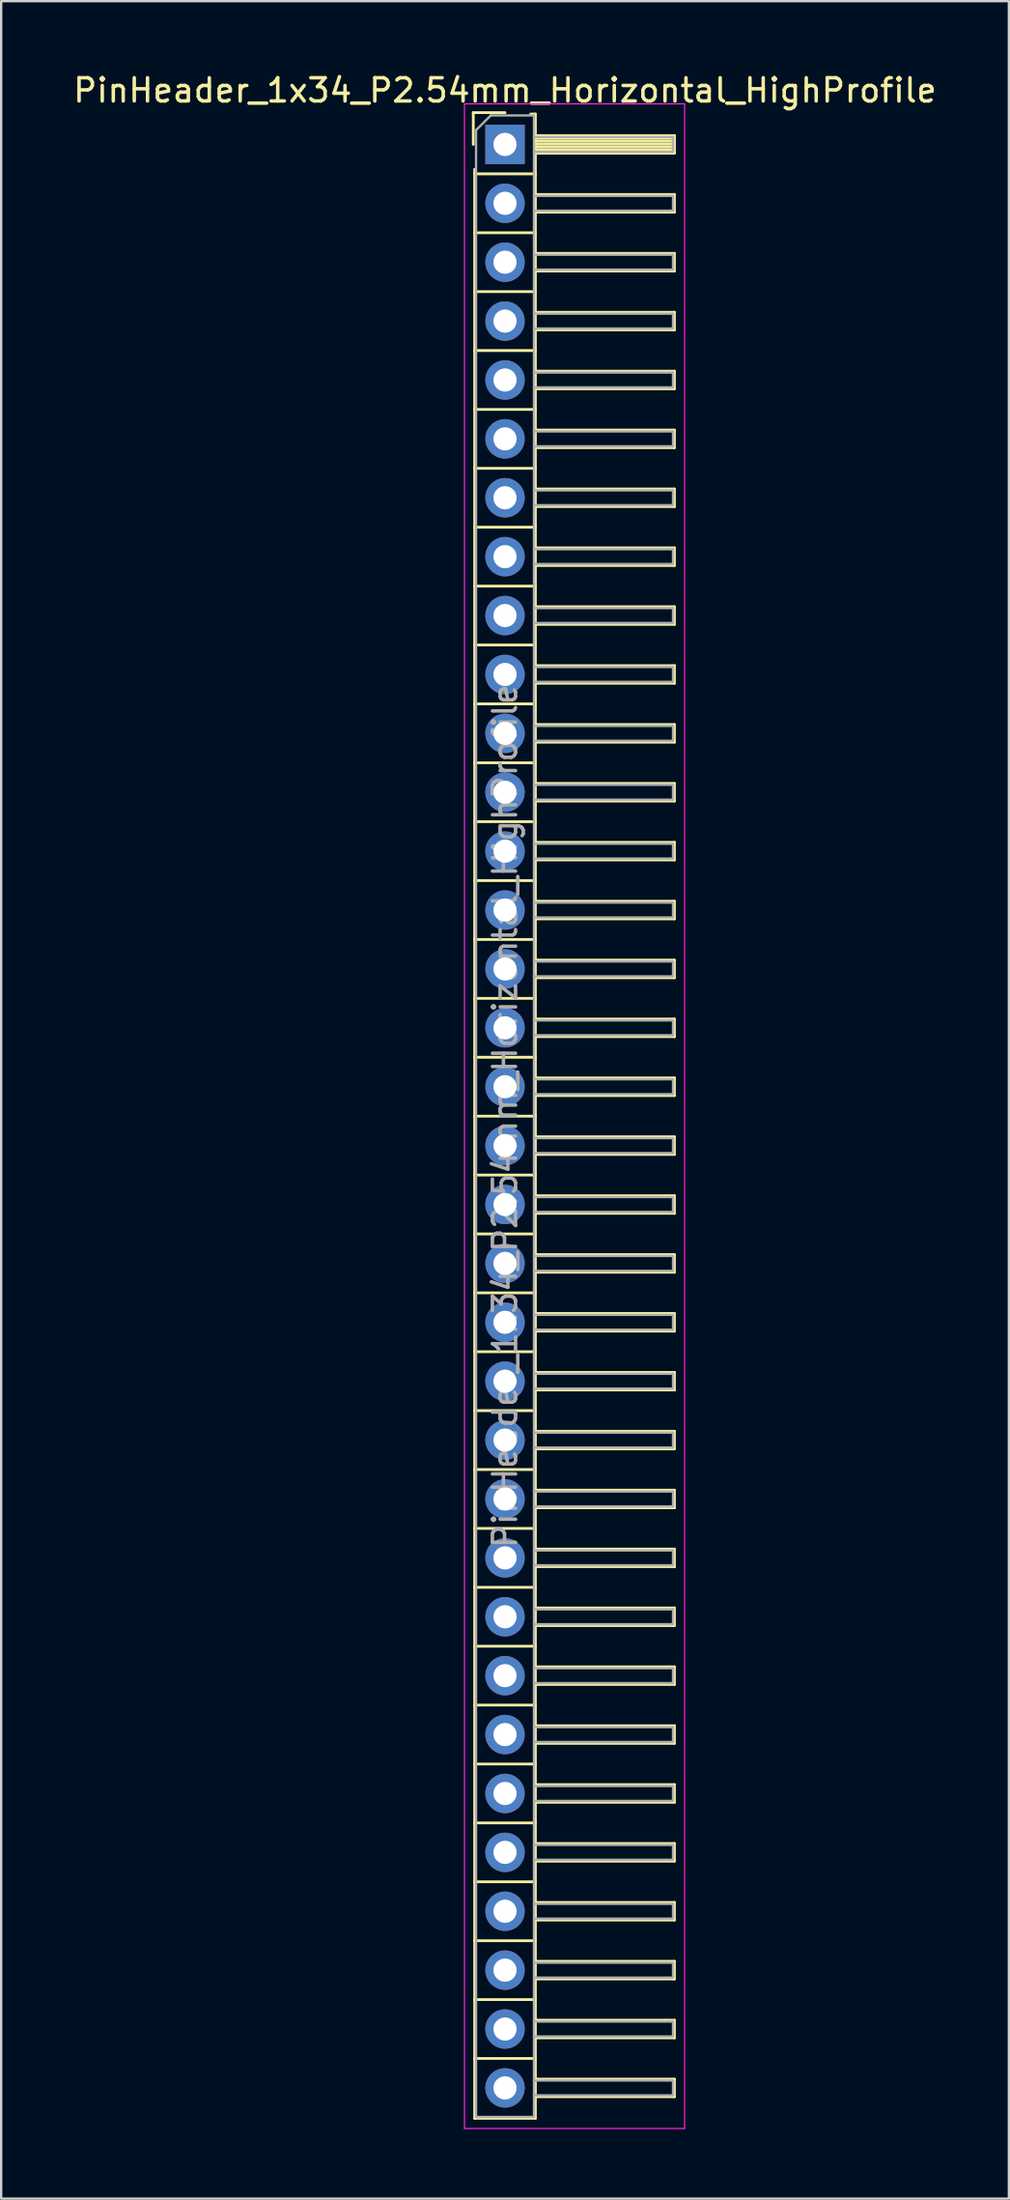
<source format=kicad_pcb>
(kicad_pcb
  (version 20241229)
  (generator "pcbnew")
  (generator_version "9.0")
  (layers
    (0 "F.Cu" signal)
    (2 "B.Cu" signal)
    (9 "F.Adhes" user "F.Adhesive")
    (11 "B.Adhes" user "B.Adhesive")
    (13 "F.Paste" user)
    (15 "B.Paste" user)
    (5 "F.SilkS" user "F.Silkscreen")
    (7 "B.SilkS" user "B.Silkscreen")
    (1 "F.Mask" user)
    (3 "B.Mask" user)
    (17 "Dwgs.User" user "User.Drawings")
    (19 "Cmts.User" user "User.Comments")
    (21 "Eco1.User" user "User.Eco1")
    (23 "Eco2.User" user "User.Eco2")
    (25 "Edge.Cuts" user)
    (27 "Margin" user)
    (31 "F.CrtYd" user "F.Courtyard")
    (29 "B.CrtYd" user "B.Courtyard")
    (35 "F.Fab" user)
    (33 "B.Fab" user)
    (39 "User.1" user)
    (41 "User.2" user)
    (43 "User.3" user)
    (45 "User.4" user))
  (footprint "PinHeader_1x34_P2.54mm_Horizontal_HighProfile"
    (layer "F.Cu")
    (at 18.744 3.178)
    (property "Reference" "PinHeader_1x34_P2.54mm_Horizontal_HighProfile" (at 0 -2.33 0) (layer "F.SilkS") (effects (font (size 1 1) (thickness 0.15))))
    (attr through_hole)
    (fp_line (start -1.37 -1.37) (end -1.37 0) (stroke (width 0.12) (type solid)) (layer "F.SilkS"))
    (fp_line (start -1.37 -1.37) (end 0 -1.37) (stroke (width 0.12) (type solid)) (layer "F.SilkS"))
    (fp_line (start -1.31 1.27) (end -1.31 1.07) (stroke (width 0.12) (type solid)) (layer "F.SilkS"))
    (fp_line (start -1.31 1.27) (end -1.31 3.81) (stroke (width 0.12) (type solid)) (layer "F.SilkS"))
    (fp_line (start -1.31 1.27) (end 1.31 1.27) (stroke (width 0.12) (type solid)) (layer "F.SilkS"))
    (fp_line (start -1.31 3.81) (end -1.31 6.35) (stroke (width 0.12) (type solid)) (layer "F.SilkS"))
    (fp_line (start -1.31 3.81) (end 1.31 3.81) (stroke (width 0.12) (type solid)) (layer "F.SilkS"))
    (fp_line (start -1.31 6.35) (end -1.31 8.89) (stroke (width 0.12) (type solid)) (layer "F.SilkS"))
    (fp_line (start -1.31 6.35) (end 1.31 6.35) (stroke (width 0.12) (type solid)) (layer "F.SilkS"))
    (fp_line (start -1.31 8.89) (end -1.31 11.43) (stroke (width 0.12) (type solid)) (layer "F.SilkS"))
    (fp_line (start -1.31 8.89) (end 1.31 8.89) (stroke (width 0.12) (type solid)) (layer "F.SilkS"))
    (fp_line (start -1.31 11.43) (end -1.31 13.97) (stroke (width 0.12) (type solid)) (layer "F.SilkS"))
    (fp_line (start -1.31 11.43) (end 1.31 11.43) (stroke (width 0.12) (type solid)) (layer "F.SilkS"))
    (fp_line (start -1.31 13.97) (end -1.31 16.51) (stroke (width 0.12) (type solid)) (layer "F.SilkS"))
    (fp_line (start -1.31 13.97) (end 1.31 13.97) (stroke (width 0.12) (type solid)) (layer "F.SilkS"))
    (fp_line (start -1.31 16.51) (end -1.31 19.05) (stroke (width 0.12) (type solid)) (layer "F.SilkS"))
    (fp_line (start -1.31 16.51) (end 1.31 16.51) (stroke (width 0.12) (type solid)) (layer "F.SilkS"))
    (fp_line (start -1.31 19.05) (end -1.31 21.59) (stroke (width 0.12) (type solid)) (layer "F.SilkS"))
    (fp_line (start -1.31 19.05) (end 1.31 19.05) (stroke (width 0.12) (type solid)) (layer "F.SilkS"))
    (fp_line (start -1.31 21.59) (end -1.31 24.13) (stroke (width 0.12) (type solid)) (layer "F.SilkS"))
    (fp_line (start -1.31 21.59) (end 1.31 21.59) (stroke (width 0.12) (type solid)) (layer "F.SilkS"))
    (fp_line (start -1.31 24.13) (end -1.31 26.67) (stroke (width 0.12) (type solid)) (layer "F.SilkS"))
    (fp_line (start -1.31 24.13) (end 1.31 24.13) (stroke (width 0.12) (type solid)) (layer "F.SilkS"))
    (fp_line (start -1.31 26.67) (end -1.31 29.21) (stroke (width 0.12) (type solid)) (layer "F.SilkS"))
    (fp_line (start -1.31 26.67) (end 1.31 26.67) (stroke (width 0.12) (type solid)) (layer "F.SilkS"))
    (fp_line (start -1.31 29.21) (end -1.31 31.75) (stroke (width 0.12) (type solid)) (layer "F.SilkS"))
    (fp_line (start -1.31 29.21) (end 1.31 29.21) (stroke (width 0.12) (type solid)) (layer "F.SilkS"))
    (fp_line (start -1.31 31.75) (end -1.31 34.29) (stroke (width 0.12) (type solid)) (layer "F.SilkS"))
    (fp_line (start -1.31 31.75) (end 1.31 31.75) (stroke (width 0.12) (type solid)) (layer "F.SilkS"))
    (fp_line (start -1.31 34.29) (end -1.31 36.83) (stroke (width 0.12) (type solid)) (layer "F.SilkS"))
    (fp_line (start -1.31 34.29) (end 1.31 34.29) (stroke (width 0.12) (type solid)) (layer "F.SilkS"))
    (fp_line (start -1.31 36.83) (end -1.31 39.37) (stroke (width 0.12) (type solid)) (layer "F.SilkS"))
    (fp_line (start -1.31 36.83) (end 1.31 36.83) (stroke (width 0.12) (type solid)) (layer "F.SilkS"))
    (fp_line (start -1.31 39.37) (end -1.31 41.91) (stroke (width 0.12) (type solid)) (layer "F.SilkS"))
    (fp_line (start -1.31 39.37) (end 1.31 39.37) (stroke (width 0.12) (type solid)) (layer "F.SilkS"))
    (fp_line (start -1.31 41.91) (end -1.31 44.45) (stroke (width 0.12) (type solid)) (layer "F.SilkS"))
    (fp_line (start -1.31 41.91) (end 1.31 41.91) (stroke (width 0.12) (type solid)) (layer "F.SilkS"))
    (fp_line (start -1.31 44.45) (end -1.31 46.99) (stroke (width 0.12) (type solid)) (layer "F.SilkS"))
    (fp_line (start -1.31 44.45) (end 1.31 44.45) (stroke (width 0.12) (type solid)) (layer "F.SilkS"))
    (fp_line (start -1.31 46.99) (end -1.31 49.53) (stroke (width 0.12) (type solid)) (layer "F.SilkS"))
    (fp_line (start -1.31 46.99) (end 1.31 46.99) (stroke (width 0.12) (type solid)) (layer "F.SilkS"))
    (fp_line (start -1.31 49.53) (end -1.31 52.07) (stroke (width 0.12) (type solid)) (layer "F.SilkS"))
    (fp_line (start -1.31 49.53) (end 1.31 49.53) (stroke (width 0.12) (type solid)) (layer "F.SilkS"))
    (fp_line (start -1.31 52.07) (end -1.31 54.61) (stroke (width 0.12) (type solid)) (layer "F.SilkS"))
    (fp_line (start -1.31 52.07) (end 1.31 52.07) (stroke (width 0.12) (type solid)) (layer "F.SilkS"))
    (fp_line (start -1.31 54.61) (end -1.31 57.15) (stroke (width 0.12) (type solid)) (layer "F.SilkS"))
    (fp_line (start -1.31 54.61) (end 1.31 54.61) (stroke (width 0.12) (type solid)) (layer "F.SilkS"))
    (fp_line (start -1.31 57.15) (end -1.31 59.69) (stroke (width 0.12) (type solid)) (layer "F.SilkS"))
    (fp_line (start -1.31 57.15) (end 1.31 57.15) (stroke (width 0.12) (type solid)) (layer "F.SilkS"))
    (fp_line (start -1.31 59.69) (end -1.31 62.23) (stroke (width 0.12) (type solid)) (layer "F.SilkS"))
    (fp_line (start -1.31 59.69) (end 1.31 59.69) (stroke (width 0.12) (type solid)) (layer "F.SilkS"))
    (fp_line (start -1.31 62.23) (end -1.31 64.77) (stroke (width 0.12) (type solid)) (layer "F.SilkS"))
    (fp_line (start -1.31 62.23) (end 1.31 62.23) (stroke (width 0.12) (type solid)) (layer "F.SilkS"))
    (fp_line (start -1.31 64.77) (end -1.31 67.31) (stroke (width 0.12) (type solid)) (layer "F.SilkS"))
    (fp_line (start -1.31 64.77) (end 1.31 64.77) (stroke (width 0.12) (type solid)) (layer "F.SilkS"))
    (fp_line (start -1.31 67.31) (end -1.31 69.85) (stroke (width 0.12) (type solid)) (layer "F.SilkS"))
    (fp_line (start -1.31 67.31) (end 1.31 67.31) (stroke (width 0.12) (type solid)) (layer "F.SilkS"))
    (fp_line (start -1.31 69.85) (end -1.31 72.39) (stroke (width 0.12) (type solid)) (layer "F.SilkS"))
    (fp_line (start -1.31 69.85) (end 1.31 69.85) (stroke (width 0.12) (type solid)) (layer "F.SilkS"))
    (fp_line (start -1.31 72.39) (end -1.31 74.93) (stroke (width 0.12) (type solid)) (layer "F.SilkS"))
    (fp_line (start -1.31 72.39) (end 1.31 72.39) (stroke (width 0.12) (type solid)) (layer "F.SilkS"))
    (fp_line (start -1.31 74.93) (end -1.31 77.47) (stroke (width 0.12) (type solid)) (layer "F.SilkS"))
    (fp_line (start -1.31 74.93) (end 1.31 74.93) (stroke (width 0.12) (type solid)) (layer "F.SilkS"))
    (fp_line (start -1.31 77.47) (end -1.31 80.01) (stroke (width 0.12) (type solid)) (layer "F.SilkS"))
    (fp_line (start -1.31 77.47) (end 1.31 77.47) (stroke (width 0.12) (type solid)) (layer "F.SilkS"))
    (fp_line (start -1.31 80.01) (end -1.31 82.55) (stroke (width 0.12) (type solid)) (layer "F.SilkS"))
    (fp_line (start -1.31 80.01) (end 1.31 80.01) (stroke (width 0.12) (type solid)) (layer "F.SilkS"))
    (fp_line (start -1.31 82.55) (end -1.31 85.13) (stroke (width 0.12) (type solid)) (layer "F.SilkS"))
    (fp_line (start -1.31 82.55) (end 1.31 82.55) (stroke (width 0.12) (type solid)) (layer "F.SilkS"))
    (fp_line (start -1.31 85.13) (end 1.31 85.13) (stroke (width 0.12) (type solid)) (layer "F.SilkS"))
    (fp_line (start 1.11 -1.31) (end 1.31 -1.31) (stroke (width 0.12) (type solid)) (layer "F.SilkS"))
    (fp_line (start 1.31 -1.31) (end 1.31 1.31) (stroke (width 0.12) (type solid)) (layer "F.SilkS"))
    (fp_line (start 1.31 -0.38) (end 7.31 -0.38) (stroke (width 0.12) (type solid)) (layer "F.SilkS"))
    (fp_line (start 1.31 -0.26) (end 7.31 -0.26) (stroke (width 0.12) (type solid)) (layer "F.SilkS"))
    (fp_line (start 1.31 -0.14) (end 7.31 -0.14) (stroke (width 0.12) (type solid)) (layer "F.SilkS"))
    (fp_line (start 1.31 -0.02) (end 7.31 -0.02) (stroke (width 0.12) (type solid)) (layer "F.SilkS"))
    (fp_line (start 1.31 0.1) (end 7.31 0.1) (stroke (width 0.12) (type solid)) (layer "F.SilkS"))
    (fp_line (start 1.31 0.22) (end 7.31 0.22) (stroke (width 0.12) (type solid)) (layer "F.SilkS"))
    (fp_line (start 1.31 0.34) (end 7.31 0.34) (stroke (width 0.12) (type solid)) (layer "F.SilkS"))
    (fp_line (start 1.31 0.38) (end 7.31 0.38) (stroke (width 0.12) (type solid)) (layer "F.SilkS"))
    (fp_line (start 1.31 1.27) (end 1.31 3.81) (stroke (width 0.12) (type solid)) (layer "F.SilkS"))
    (fp_line (start 1.31 2.16) (end 7.31 2.16) (stroke (width 0.12) (type solid)) (layer "F.SilkS"))
    (fp_line (start 1.31 2.92) (end 7.31 2.92) (stroke (width 0.12) (type solid)) (layer "F.SilkS"))
    (fp_line (start 1.31 3.81) (end 1.31 6.35) (stroke (width 0.12) (type solid)) (layer "F.SilkS"))
    (fp_line (start 1.31 4.7) (end 7.31 4.7) (stroke (width 0.12) (type solid)) (layer "F.SilkS"))
    (fp_line (start 1.31 5.46) (end 7.31 5.46) (stroke (width 0.12) (type solid)) (layer "F.SilkS"))
    (fp_line (start 1.31 6.35) (end 1.31 8.89) (stroke (width 0.12) (type solid)) (layer "F.SilkS"))
    (fp_line (start 1.31 7.24) (end 7.31 7.24) (stroke (width 0.12) (type solid)) (layer "F.SilkS"))
    (fp_line (start 1.31 8) (end 7.31 8) (stroke (width 0.12) (type solid)) (layer "F.SilkS"))
    (fp_line (start 1.31 8.89) (end 1.31 11.43) (stroke (width 0.12) (type solid)) (layer "F.SilkS"))
    (fp_line (start 1.31 9.78) (end 7.31 9.78) (stroke (width 0.12) (type solid)) (layer "F.SilkS"))
    (fp_line (start 1.31 10.54) (end 7.31 10.54) (stroke (width 0.12) (type solid)) (layer "F.SilkS"))
    (fp_line (start 1.31 11.43) (end 1.31 13.97) (stroke (width 0.12) (type solid)) (layer "F.SilkS"))
    (fp_line (start 1.31 12.32) (end 7.31 12.32) (stroke (width 0.12) (type solid)) (layer "F.SilkS"))
    (fp_line (start 1.31 13.08) (end 7.31 13.08) (stroke (width 0.12) (type solid)) (layer "F.SilkS"))
    (fp_line (start 1.31 13.97) (end 1.31 16.51) (stroke (width 0.12) (type solid)) (layer "F.SilkS"))
    (fp_line (start 1.31 14.86) (end 7.31 14.86) (stroke (width 0.12) (type solid)) (layer "F.SilkS"))
    (fp_line (start 1.31 15.62) (end 7.31 15.62) (stroke (width 0.12) (type solid)) (layer "F.SilkS"))
    (fp_line (start 1.31 16.51) (end 1.31 19.05) (stroke (width 0.12) (type solid)) (layer "F.SilkS"))
    (fp_line (start 1.31 17.4) (end 7.31 17.4) (stroke (width 0.12) (type solid)) (layer "F.SilkS"))
    (fp_line (start 1.31 18.16) (end 7.31 18.16) (stroke (width 0.12) (type solid)) (layer "F.SilkS"))
    (fp_line (start 1.31 19.05) (end 1.31 21.59) (stroke (width 0.12) (type solid)) (layer "F.SilkS"))
    (fp_line (start 1.31 19.94) (end 7.31 19.94) (stroke (width 0.12) (type solid)) (layer "F.SilkS"))
    (fp_line (start 1.31 20.7) (end 7.31 20.7) (stroke (width 0.12) (type solid)) (layer "F.SilkS"))
    (fp_line (start 1.31 21.59) (end 1.31 24.13) (stroke (width 0.12) (type solid)) (layer "F.SilkS"))
    (fp_line (start 1.31 22.48) (end 7.31 22.48) (stroke (width 0.12) (type solid)) (layer "F.SilkS"))
    (fp_line (start 1.31 23.24) (end 7.31 23.24) (stroke (width 0.12) (type solid)) (layer "F.SilkS"))
    (fp_line (start 1.31 24.13) (end 1.31 26.67) (stroke (width 0.12) (type solid)) (layer "F.SilkS"))
    (fp_line (start 1.31 25.02) (end 7.31 25.02) (stroke (width 0.12) (type solid)) (layer "F.SilkS"))
    (fp_line (start 1.31 25.78) (end 7.31 25.78) (stroke (width 0.12) (type solid)) (layer "F.SilkS"))
    (fp_line (start 1.31 26.67) (end 1.31 29.21) (stroke (width 0.12) (type solid)) (layer "F.SilkS"))
    (fp_line (start 1.31 27.56) (end 7.31 27.56) (stroke (width 0.12) (type solid)) (layer "F.SilkS"))
    (fp_line (start 1.31 28.32) (end 7.31 28.32) (stroke (width 0.12) (type solid)) (layer "F.SilkS"))
    (fp_line (start 1.31 29.21) (end 1.31 31.75) (stroke (width 0.12) (type solid)) (layer "F.SilkS"))
    (fp_line (start 1.31 30.1) (end 7.31 30.1) (stroke (width 0.12) (type solid)) (layer "F.SilkS"))
    (fp_line (start 1.31 30.86) (end 7.31 30.86) (stroke (width 0.12) (type solid)) (layer "F.SilkS"))
    (fp_line (start 1.31 31.75) (end 1.31 34.29) (stroke (width 0.12) (type solid)) (layer "F.SilkS"))
    (fp_line (start 1.31 32.64) (end 7.31 32.64) (stroke (width 0.12) (type solid)) (layer "F.SilkS"))
    (fp_line (start 1.31 33.4) (end 7.31 33.4) (stroke (width 0.12) (type solid)) (layer "F.SilkS"))
    (fp_line (start 1.31 34.29) (end 1.31 36.83) (stroke (width 0.12) (type solid)) (layer "F.SilkS"))
    (fp_line (start 1.31 35.18) (end 7.31 35.18) (stroke (width 0.12) (type solid)) (layer "F.SilkS"))
    (fp_line (start 1.31 35.94) (end 7.31 35.94) (stroke (width 0.12) (type solid)) (layer "F.SilkS"))
    (fp_line (start 1.31 36.83) (end 1.31 39.37) (stroke (width 0.12) (type solid)) (layer "F.SilkS"))
    (fp_line (start 1.31 37.72) (end 7.31 37.72) (stroke (width 0.12) (type solid)) (layer "F.SilkS"))
    (fp_line (start 1.31 38.48) (end 7.31 38.48) (stroke (width 0.12) (type solid)) (layer "F.SilkS"))
    (fp_line (start 1.31 39.37) (end 1.31 41.91) (stroke (width 0.12) (type solid)) (layer "F.SilkS"))
    (fp_line (start 1.31 40.26) (end 7.31 40.26) (stroke (width 0.12) (type solid)) (layer "F.SilkS"))
    (fp_line (start 1.31 41.02) (end 7.31 41.02) (stroke (width 0.12) (type solid)) (layer "F.SilkS"))
    (fp_line (start 1.31 41.91) (end 1.31 44.45) (stroke (width 0.12) (type solid)) (layer "F.SilkS"))
    (fp_line (start 1.31 42.8) (end 7.31 42.8) (stroke (width 0.12) (type solid)) (layer "F.SilkS"))
    (fp_line (start 1.31 43.56) (end 7.31 43.56) (stroke (width 0.12) (type solid)) (layer "F.SilkS"))
    (fp_line (start 1.31 44.45) (end 1.31 46.99) (stroke (width 0.12) (type solid)) (layer "F.SilkS"))
    (fp_line (start 1.31 45.34) (end 7.31 45.34) (stroke (width 0.12) (type solid)) (layer "F.SilkS"))
    (fp_line (start 1.31 46.1) (end 7.31 46.1) (stroke (width 0.12) (type solid)) (layer "F.SilkS"))
    (fp_line (start 1.31 46.99) (end 1.31 49.53) (stroke (width 0.12) (type solid)) (layer "F.SilkS"))
    (fp_line (start 1.31 47.88) (end 7.31 47.88) (stroke (width 0.12) (type solid)) (layer "F.SilkS"))
    (fp_line (start 1.31 48.64) (end 7.31 48.64) (stroke (width 0.12) (type solid)) (layer "F.SilkS"))
    (fp_line (start 1.31 49.53) (end 1.31 52.07) (stroke (width 0.12) (type solid)) (layer "F.SilkS"))
    (fp_line (start 1.31 50.42) (end 7.31 50.42) (stroke (width 0.12) (type solid)) (layer "F.SilkS"))
    (fp_line (start 1.31 51.18) (end 7.31 51.18) (stroke (width 0.12) (type solid)) (layer "F.SilkS"))
    (fp_line (start 1.31 52.07) (end 1.31 54.61) (stroke (width 0.12) (type solid)) (layer "F.SilkS"))
    (fp_line (start 1.31 52.96) (end 7.31 52.96) (stroke (width 0.12) (type solid)) (layer "F.SilkS"))
    (fp_line (start 1.31 53.72) (end 7.31 53.72) (stroke (width 0.12) (type solid)) (layer "F.SilkS"))
    (fp_line (start 1.31 54.61) (end 1.31 57.15) (stroke (width 0.12) (type solid)) (layer "F.SilkS"))
    (fp_line (start 1.31 55.5) (end 7.31 55.5) (stroke (width 0.12) (type solid)) (layer "F.SilkS"))
    (fp_line (start 1.31 56.26) (end 7.31 56.26) (stroke (width 0.12) (type solid)) (layer "F.SilkS"))
    (fp_line (start 1.31 57.15) (end 1.31 59.69) (stroke (width 0.12) (type solid)) (layer "F.SilkS"))
    (fp_line (start 1.31 58.04) (end 7.31 58.04) (stroke (width 0.12) (type solid)) (layer "F.SilkS"))
    (fp_line (start 1.31 58.8) (end 7.31 58.8) (stroke (width 0.12) (type solid)) (layer "F.SilkS"))
    (fp_line (start 1.31 59.69) (end 1.31 62.23) (stroke (width 0.12) (type solid)) (layer "F.SilkS"))
    (fp_line (start 1.31 60.58) (end 7.31 60.58) (stroke (width 0.12) (type solid)) (layer "F.SilkS"))
    (fp_line (start 1.31 61.34) (end 7.31 61.34) (stroke (width 0.12) (type solid)) (layer "F.SilkS"))
    (fp_line (start 1.31 62.23) (end 1.31 64.77) (stroke (width 0.12) (type solid)) (layer "F.SilkS"))
    (fp_line (start 1.31 63.12) (end 7.31 63.12) (stroke (width 0.12) (type solid)) (layer "F.SilkS"))
    (fp_line (start 1.31 63.88) (end 7.31 63.88) (stroke (width 0.12) (type solid)) (layer "F.SilkS"))
    (fp_line (start 1.31 64.77) (end 1.31 67.31) (stroke (width 0.12) (type solid)) (layer "F.SilkS"))
    (fp_line (start 1.31 65.66) (end 7.31 65.66) (stroke (width 0.12) (type solid)) (layer "F.SilkS"))
    (fp_line (start 1.31 66.42) (end 7.31 66.42) (stroke (width 0.12) (type solid)) (layer "F.SilkS"))
    (fp_line (start 1.31 67.31) (end 1.31 69.85) (stroke (width 0.12) (type solid)) (layer "F.SilkS"))
    (fp_line (start 1.31 68.2) (end 7.31 68.2) (stroke (width 0.12) (type solid)) (layer "F.SilkS"))
    (fp_line (start 1.31 68.96) (end 7.31 68.96) (stroke (width 0.12) (type solid)) (layer "F.SilkS"))
    (fp_line (start 1.31 69.85) (end 1.31 72.39) (stroke (width 0.12) (type solid)) (layer "F.SilkS"))
    (fp_line (start 1.31 70.74) (end 7.31 70.74) (stroke (width 0.12) (type solid)) (layer "F.SilkS"))
    (fp_line (start 1.31 71.5) (end 7.31 71.5) (stroke (width 0.12) (type solid)) (layer "F.SilkS"))
    (fp_line (start 1.31 72.39) (end 1.31 74.93) (stroke (width 0.12) (type solid)) (layer "F.SilkS"))
    (fp_line (start 1.31 73.28) (end 7.31 73.28) (stroke (width 0.12) (type solid)) (layer "F.SilkS"))
    (fp_line (start 1.31 74.04) (end 7.31 74.04) (stroke (width 0.12) (type solid)) (layer "F.SilkS"))
    (fp_line (start 1.31 74.93) (end 1.31 77.47) (stroke (width 0.12) (type solid)) (layer "F.SilkS"))
    (fp_line (start 1.31 75.82) (end 7.31 75.82) (stroke (width 0.12) (type solid)) (layer "F.SilkS"))
    (fp_line (start 1.31 76.58) (end 7.31 76.58) (stroke (width 0.12) (type solid)) (layer "F.SilkS"))
    (fp_line (start 1.31 77.47) (end 1.31 80.01) (stroke (width 0.12) (type solid)) (layer "F.SilkS"))
    (fp_line (start 1.31 78.36) (end 7.31 78.36) (stroke (width 0.12) (type solid)) (layer "F.SilkS"))
    (fp_line (start 1.31 79.12) (end 7.31 79.12) (stroke (width 0.12) (type solid)) (layer "F.SilkS"))
    (fp_line (start 1.31 80.01) (end 1.31 82.55) (stroke (width 0.12) (type solid)) (layer "F.SilkS"))
    (fp_line (start 1.31 80.9) (end 7.31 80.9) (stroke (width 0.12) (type solid)) (layer "F.SilkS"))
    (fp_line (start 1.31 81.66) (end 7.31 81.66) (stroke (width 0.12) (type solid)) (layer "F.SilkS"))
    (fp_line (start 1.31 82.55) (end 1.31 85.13) (stroke (width 0.12) (type solid)) (layer "F.SilkS"))
    (fp_line (start 1.31 83.44) (end 7.31 83.44) (stroke (width 0.12) (type solid)) (layer "F.SilkS"))
    (fp_line (start 1.31 84.2) (end 7.31 84.2) (stroke (width 0.12) (type solid)) (layer "F.SilkS"))
    (fp_line (start 7.31 -0.38) (end 7.31 0.38) (stroke (width 0.12) (type solid)) (layer "F.SilkS"))
    (fp_line (start 7.31 2.16) (end 7.31 2.92) (stroke (width 0.12) (type solid)) (layer "F.SilkS"))
    (fp_line (start 7.31 4.7) (end 7.31 5.46) (stroke (width 0.12) (type solid)) (layer "F.SilkS"))
    (fp_line (start 7.31 7.24) (end 7.31 8) (stroke (width 0.12) (type solid)) (layer "F.SilkS"))
    (fp_line (start 7.31 9.78) (end 7.31 10.54) (stroke (width 0.12) (type solid)) (layer "F.SilkS"))
    (fp_line (start 7.31 12.32) (end 7.31 13.08) (stroke (width 0.12) (type solid)) (layer "F.SilkS"))
    (fp_line (start 7.31 14.86) (end 7.31 15.62) (stroke (width 0.12) (type solid)) (layer "F.SilkS"))
    (fp_line (start 7.31 17.4) (end 7.31 18.16) (stroke (width 0.12) (type solid)) (layer "F.SilkS"))
    (fp_line (start 7.31 19.94) (end 7.31 20.7) (stroke (width 0.12) (type solid)) (layer "F.SilkS"))
    (fp_line (start 7.31 22.48) (end 7.31 23.24) (stroke (width 0.12) (type solid)) (layer "F.SilkS"))
    (fp_line (start 7.31 25.02) (end 7.31 25.78) (stroke (width 0.12) (type solid)) (layer "F.SilkS"))
    (fp_line (start 7.31 27.56) (end 7.31 28.32) (stroke (width 0.12) (type solid)) (layer "F.SilkS"))
    (fp_line (start 7.31 30.1) (end 7.31 30.86) (stroke (width 0.12) (type solid)) (layer "F.SilkS"))
    (fp_line (start 7.31 32.64) (end 7.31 33.4) (stroke (width 0.12) (type solid)) (layer "F.SilkS"))
    (fp_line (start 7.31 35.18) (end 7.31 35.94) (stroke (width 0.12) (type solid)) (layer "F.SilkS"))
    (fp_line (start 7.31 37.72) (end 7.31 38.48) (stroke (width 0.12) (type solid)) (layer "F.SilkS"))
    (fp_line (start 7.31 40.26) (end 7.31 41.02) (stroke (width 0.12) (type solid)) (layer "F.SilkS"))
    (fp_line (start 7.31 42.8) (end 7.31 43.56) (stroke (width 0.12) (type solid)) (layer "F.SilkS"))
    (fp_line (start 7.31 45.34) (end 7.31 46.1) (stroke (width 0.12) (type solid)) (layer "F.SilkS"))
    (fp_line (start 7.31 47.88) (end 7.31 48.64) (stroke (width 0.12) (type solid)) (layer "F.SilkS"))
    (fp_line (start 7.31 50.42) (end 7.31 51.18) (stroke (width 0.12) (type solid)) (layer "F.SilkS"))
    (fp_line (start 7.31 52.96) (end 7.31 53.72) (stroke (width 0.12) (type solid)) (layer "F.SilkS"))
    (fp_line (start 7.31 55.5) (end 7.31 56.26) (stroke (width 0.12) (type solid)) (layer "F.SilkS"))
    (fp_line (start 7.31 58.04) (end 7.31 58.8) (stroke (width 0.12) (type solid)) (layer "F.SilkS"))
    (fp_line (start 7.31 60.58) (end 7.31 61.34) (stroke (width 0.12) (type solid)) (layer "F.SilkS"))
    (fp_line (start 7.31 63.12) (end 7.31 63.88) (stroke (width 0.12) (type solid)) (layer "F.SilkS"))
    (fp_line (start 7.31 65.66) (end 7.31 66.42) (stroke (width 0.12) (type solid)) (layer "F.SilkS"))
    (fp_line (start 7.31 68.2) (end 7.31 68.96) (stroke (width 0.12) (type solid)) (layer "F.SilkS"))
    (fp_line (start 7.31 70.74) (end 7.31 71.5) (stroke (width 0.12) (type solid)) (layer "F.SilkS"))
    (fp_line (start 7.31 73.28) (end 7.31 74.04) (stroke (width 0.12) (type solid)) (layer "F.SilkS"))
    (fp_line (start 7.31 75.82) (end 7.31 76.58) (stroke (width 0.12) (type solid)) (layer "F.SilkS"))
    (fp_line (start 7.31 78.36) (end 7.31 79.12) (stroke (width 0.12) (type solid)) (layer "F.SilkS"))
    (fp_line (start 7.31 80.9) (end 7.31 81.66) (stroke (width 0.12) (type solid)) (layer "F.SilkS"))
    (fp_line (start 7.31 83.44) (end 7.31 84.2) (stroke (width 0.12) (type solid)) (layer "F.SilkS"))
    (fp_line (start -1.75 -1.75) (end -1.75 85.57) (stroke (width 0.05) (type solid)) (layer "F.CrtYd"))
    (fp_line (start -1.75 -1.75) (end 7.75 -1.75) (stroke (width 0.05) (type solid)) (layer "F.CrtYd"))
    (fp_line (start -1.75 85.57) (end 7.75 85.57) (stroke (width 0.05) (type solid)) (layer "F.CrtYd"))
    (fp_line (start 7.75 -1.75) (end 7.75 85.57) (stroke (width 0.05) (type solid)) (layer "F.CrtYd"))
    (fp_line (start -1.25 -0.615) (end -1.25 85.07) (stroke (width 0.1) (type solid)) (layer "F.Fab"))
    (fp_line (start -1.25 -0.615) (end -0.615 -1.25) (stroke (width 0.1) (type solid)) (layer "F.Fab"))
    (fp_line (start -1.25 85.07) (end 1.25 85.07) (stroke (width 0.1) (type solid)) (layer "F.Fab"))
    (fp_line (start -0.615 -1.25) (end 1.25 -1.25) (stroke (width 0.1) (type solid)) (layer "F.Fab"))
    (fp_line (start 1.25 -1.25) (end 1.25 85.07) (stroke (width 0.1) (type solid)) (layer "F.Fab"))
    (fp_line (start 1.25 -0.32) (end 7.25 -0.32) (stroke (width 0.1) (type solid)) (layer "F.Fab"))
    (fp_line (start 1.25 0.32) (end 7.25 0.32) (stroke (width 0.1) (type solid)) (layer "F.Fab"))
    (fp_line (start 1.25 2.22) (end 7.25 2.22) (stroke (width 0.1) (type solid)) (layer "F.Fab"))
    (fp_line (start 1.25 2.86) (end 7.25 2.86) (stroke (width 0.1) (type solid)) (layer "F.Fab"))
    (fp_line (start 1.25 4.76) (end 7.25 4.76) (stroke (width 0.1) (type solid)) (layer "F.Fab"))
    (fp_line (start 1.25 5.4) (end 7.25 5.4) (stroke (width 0.1) (type solid)) (layer "F.Fab"))
    (fp_line (start 1.25 7.3) (end 7.25 7.3) (stroke (width 0.1) (type solid)) (layer "F.Fab"))
    (fp_line (start 1.25 7.94) (end 7.25 7.94) (stroke (width 0.1) (type solid)) (layer "F.Fab"))
    (fp_line (start 1.25 9.84) (end 7.25 9.84) (stroke (width 0.1) (type solid)) (layer "F.Fab"))
    (fp_line (start 1.25 10.48) (end 7.25 10.48) (stroke (width 0.1) (type solid)) (layer "F.Fab"))
    (fp_line (start 1.25 12.38) (end 7.25 12.38) (stroke (width 0.1) (type solid)) (layer "F.Fab"))
    (fp_line (start 1.25 13.02) (end 7.25 13.02) (stroke (width 0.1) (type solid)) (layer "F.Fab"))
    (fp_line (start 1.25 14.92) (end 7.25 14.92) (stroke (width 0.1) (type solid)) (layer "F.Fab"))
    (fp_line (start 1.25 15.56) (end 7.25 15.56) (stroke (width 0.1) (type solid)) (layer "F.Fab"))
    (fp_line (start 1.25 17.46) (end 7.25 17.46) (stroke (width 0.1) (type solid)) (layer "F.Fab"))
    (fp_line (start 1.25 18.1) (end 7.25 18.1) (stroke (width 0.1) (type solid)) (layer "F.Fab"))
    (fp_line (start 1.25 20) (end 7.25 20) (stroke (width 0.1) (type solid)) (layer "F.Fab"))
    (fp_line (start 1.25 20.64) (end 7.25 20.64) (stroke (width 0.1) (type solid)) (layer "F.Fab"))
    (fp_line (start 1.25 22.54) (end 7.25 22.54) (stroke (width 0.1) (type solid)) (layer "F.Fab"))
    (fp_line (start 1.25 23.18) (end 7.25 23.18) (stroke (width 0.1) (type solid)) (layer "F.Fab"))
    (fp_line (start 1.25 25.08) (end 7.25 25.08) (stroke (width 0.1) (type solid)) (layer "F.Fab"))
    (fp_line (start 1.25 25.72) (end 7.25 25.72) (stroke (width 0.1) (type solid)) (layer "F.Fab"))
    (fp_line (start 1.25 27.62) (end 7.25 27.62) (stroke (width 0.1) (type solid)) (layer "F.Fab"))
    (fp_line (start 1.25 28.26) (end 7.25 28.26) (stroke (width 0.1) (type solid)) (layer "F.Fab"))
    (fp_line (start 1.25 30.16) (end 7.25 30.16) (stroke (width 0.1) (type solid)) (layer "F.Fab"))
    (fp_line (start 1.25 30.8) (end 7.25 30.8) (stroke (width 0.1) (type solid)) (layer "F.Fab"))
    (fp_line (start 1.25 32.7) (end 7.25 32.7) (stroke (width 0.1) (type solid)) (layer "F.Fab"))
    (fp_line (start 1.25 33.34) (end 7.25 33.34) (stroke (width 0.1) (type solid)) (layer "F.Fab"))
    (fp_line (start 1.25 35.24) (end 7.25 35.24) (stroke (width 0.1) (type solid)) (layer "F.Fab"))
    (fp_line (start 1.25 35.88) (end 7.25 35.88) (stroke (width 0.1) (type solid)) (layer "F.Fab"))
    (fp_line (start 1.25 37.78) (end 7.25 37.78) (stroke (width 0.1) (type solid)) (layer "F.Fab"))
    (fp_line (start 1.25 38.42) (end 7.25 38.42) (stroke (width 0.1) (type solid)) (layer "F.Fab"))
    (fp_line (start 1.25 40.32) (end 7.25 40.32) (stroke (width 0.1) (type solid)) (layer "F.Fab"))
    (fp_line (start 1.25 40.96) (end 7.25 40.96) (stroke (width 0.1) (type solid)) (layer "F.Fab"))
    (fp_line (start 1.25 42.86) (end 7.25 42.86) (stroke (width 0.1) (type solid)) (layer "F.Fab"))
    (fp_line (start 1.25 43.5) (end 7.25 43.5) (stroke (width 0.1) (type solid)) (layer "F.Fab"))
    (fp_line (start 1.25 45.4) (end 7.25 45.4) (stroke (width 0.1) (type solid)) (layer "F.Fab"))
    (fp_line (start 1.25 46.04) (end 7.25 46.04) (stroke (width 0.1) (type solid)) (layer "F.Fab"))
    (fp_line (start 1.25 47.94) (end 7.25 47.94) (stroke (width 0.1) (type solid)) (layer "F.Fab"))
    (fp_line (start 1.25 48.58) (end 7.25 48.58) (stroke (width 0.1) (type solid)) (layer "F.Fab"))
    (fp_line (start 1.25 50.48) (end 7.25 50.48) (stroke (width 0.1) (type solid)) (layer "F.Fab"))
    (fp_line (start 1.25 51.12) (end 7.25 51.12) (stroke (width 0.1) (type solid)) (layer "F.Fab"))
    (fp_line (start 1.25 53.02) (end 7.25 53.02) (stroke (width 0.1) (type solid)) (layer "F.Fab"))
    (fp_line (start 1.25 53.66) (end 7.25 53.66) (stroke (width 0.1) (type solid)) (layer "F.Fab"))
    (fp_line (start 1.25 55.56) (end 7.25 55.56) (stroke (width 0.1) (type solid)) (layer "F.Fab"))
    (fp_line (start 1.25 56.2) (end 7.25 56.2) (stroke (width 0.1) (type solid)) (layer "F.Fab"))
    (fp_line (start 1.25 58.1) (end 7.25 58.1) (stroke (width 0.1) (type solid)) (layer "F.Fab"))
    (fp_line (start 1.25 58.74) (end 7.25 58.74) (stroke (width 0.1) (type solid)) (layer "F.Fab"))
    (fp_line (start 1.25 60.64) (end 7.25 60.64) (stroke (width 0.1) (type solid)) (layer "F.Fab"))
    (fp_line (start 1.25 61.28) (end 7.25 61.28) (stroke (width 0.1) (type solid)) (layer "F.Fab"))
    (fp_line (start 1.25 63.18) (end 7.25 63.18) (stroke (width 0.1) (type solid)) (layer "F.Fab"))
    (fp_line (start 1.25 63.82) (end 7.25 63.82) (stroke (width 0.1) (type solid)) (layer "F.Fab"))
    (fp_line (start 1.25 65.72) (end 7.25 65.72) (stroke (width 0.1) (type solid)) (layer "F.Fab"))
    (fp_line (start 1.25 66.36) (end 7.25 66.36) (stroke (width 0.1) (type solid)) (layer "F.Fab"))
    (fp_line (start 1.25 68.26) (end 7.25 68.26) (stroke (width 0.1) (type solid)) (layer "F.Fab"))
    (fp_line (start 1.25 68.9) (end 7.25 68.9) (stroke (width 0.1) (type solid)) (layer "F.Fab"))
    (fp_line (start 1.25 70.8) (end 7.25 70.8) (stroke (width 0.1) (type solid)) (layer "F.Fab"))
    (fp_line (start 1.25 71.44) (end 7.25 71.44) (stroke (width 0.1) (type solid)) (layer "F.Fab"))
    (fp_line (start 1.25 73.34) (end 7.25 73.34) (stroke (width 0.1) (type solid)) (layer "F.Fab"))
    (fp_line (start 1.25 73.98) (end 7.25 73.98) (stroke (width 0.1) (type solid)) (layer "F.Fab"))
    (fp_line (start 1.25 75.88) (end 7.25 75.88) (stroke (width 0.1) (type solid)) (layer "F.Fab"))
    (fp_line (start 1.25 76.52) (end 7.25 76.52) (stroke (width 0.1) (type solid)) (layer "F.Fab"))
    (fp_line (start 1.25 78.42) (end 7.25 78.42) (stroke (width 0.1) (type solid)) (layer "F.Fab"))
    (fp_line (start 1.25 79.06) (end 7.25 79.06) (stroke (width 0.1) (type solid)) (layer "F.Fab"))
    (fp_line (start 1.25 80.96) (end 7.25 80.96) (stroke (width 0.1) (type solid)) (layer "F.Fab"))
    (fp_line (start 1.25 81.6) (end 7.25 81.6) (stroke (width 0.1) (type solid)) (layer "F.Fab"))
    (fp_line (start 1.25 83.5) (end 7.25 83.5) (stroke (width 0.1) (type solid)) (layer "F.Fab"))
    (fp_line (start 1.25 84.14) (end 7.25 84.14) (stroke (width 0.1) (type solid)) (layer "F.Fab"))
    (fp_line (start 7.25 -0.32) (end 7.25 0.32) (stroke (width 0.1) (type solid)) (layer "F.Fab"))
    (fp_line (start 7.25 2.22) (end 7.25 2.86) (stroke (width 0.1) (type solid)) (layer "F.Fab"))
    (fp_line (start 7.25 4.76) (end 7.25 5.4) (stroke (width 0.1) (type solid)) (layer "F.Fab"))
    (fp_line (start 7.25 7.3) (end 7.25 7.94) (stroke (width 0.1) (type solid)) (layer "F.Fab"))
    (fp_line (start 7.25 9.84) (end 7.25 10.48) (stroke (width 0.1) (type solid)) (layer "F.Fab"))
    (fp_line (start 7.25 12.38) (end 7.25 13.02) (stroke (width 0.1) (type solid)) (layer "F.Fab"))
    (fp_line (start 7.25 14.92) (end 7.25 15.56) (stroke (width 0.1) (type solid)) (layer "F.Fab"))
    (fp_line (start 7.25 17.46) (end 7.25 18.1) (stroke (width 0.1) (type solid)) (layer "F.Fab"))
    (fp_line (start 7.25 20) (end 7.25 20.64) (stroke (width 0.1) (type solid)) (layer "F.Fab"))
    (fp_line (start 7.25 22.54) (end 7.25 23.18) (stroke (width 0.1) (type solid)) (layer "F.Fab"))
    (fp_line (start 7.25 25.08) (end 7.25 25.72) (stroke (width 0.1) (type solid)) (layer "F.Fab"))
    (fp_line (start 7.25 27.62) (end 7.25 28.26) (stroke (width 0.1) (type solid)) (layer "F.Fab"))
    (fp_line (start 7.25 30.16) (end 7.25 30.8) (stroke (width 0.1) (type solid)) (layer "F.Fab"))
    (fp_line (start 7.25 32.7) (end 7.25 33.34) (stroke (width 0.1) (type solid)) (layer "F.Fab"))
    (fp_line (start 7.25 35.24) (end 7.25 35.88) (stroke (width 0.1) (type solid)) (layer "F.Fab"))
    (fp_line (start 7.25 37.78) (end 7.25 38.42) (stroke (width 0.1) (type solid)) (layer "F.Fab"))
    (fp_line (start 7.25 40.32) (end 7.25 40.96) (stroke (width 0.1) (type solid)) (layer "F.Fab"))
    (fp_line (start 7.25 42.86) (end 7.25 43.5) (stroke (width 0.1) (type solid)) (layer "F.Fab"))
    (fp_line (start 7.25 45.4) (end 7.25 46.04) (stroke (width 0.1) (type solid)) (layer "F.Fab"))
    (fp_line (start 7.25 47.94) (end 7.25 48.58) (stroke (width 0.1) (type solid)) (layer "F.Fab"))
    (fp_line (start 7.25 50.48) (end 7.25 51.12) (stroke (width 0.1) (type solid)) (layer "F.Fab"))
    (fp_line (start 7.25 53.02) (end 7.25 53.66) (stroke (width 0.1) (type solid)) (layer "F.Fab"))
    (fp_line (start 7.25 55.56) (end 7.25 56.2) (stroke (width 0.1) (type solid)) (layer "F.Fab"))
    (fp_line (start 7.25 58.1) (end 7.25 58.74) (stroke (width 0.1) (type solid)) (layer "F.Fab"))
    (fp_line (start 7.25 60.64) (end 7.25 61.28) (stroke (width 0.1) (type solid)) (layer "F.Fab"))
    (fp_line (start 7.25 63.18) (end 7.25 63.82) (stroke (width 0.1) (type solid)) (layer "F.Fab"))
    (fp_line (start 7.25 65.72) (end 7.25 66.36) (stroke (width 0.1) (type solid)) (layer "F.Fab"))
    (fp_line (start 7.25 68.26) (end 7.25 68.9) (stroke (width 0.1) (type solid)) (layer "F.Fab"))
    (fp_line (start 7.25 70.8) (end 7.25 71.44) (stroke (width 0.1) (type solid)) (layer "F.Fab"))
    (fp_line (start 7.25 73.34) (end 7.25 73.98) (stroke (width 0.1) (type solid)) (layer "F.Fab"))
    (fp_line (start 7.25 75.88) (end 7.25 76.52) (stroke (width 0.1) (type solid)) (layer "F.Fab"))
    (fp_line (start 7.25 78.42) (end 7.25 79.06) (stroke (width 0.1) (type solid)) (layer "F.Fab"))
    (fp_line (start 7.25 80.96) (end 7.25 81.6) (stroke (width 0.1) (type solid)) (layer "F.Fab"))
    (fp_line (start 7.25 83.5) (end 7.25 84.14) (stroke (width 0.1) (type solid)) (layer "F.Fab"))
    (fp_text user "${REFERENCE}" (at 0 41.91 90) (layer "F.Fab") (effects (font (size 1 1) (thickness 0.15))))
    (pad "1" thru_hole rect (at 0 0) (size 1.7 1.7) (drill 1) (layers "*.Cu" "*.Mask"))
    (pad "2" thru_hole oval (at 0 2.54) (size 1.7 1.7) (drill 1) (layers "*.Cu" "*.Mask"))
    (pad "3" thru_hole oval (at 0 5.08) (size 1.7 1.7) (drill 1) (layers "*.Cu" "*.Mask"))
    (pad "4" thru_hole oval (at 0 7.62) (size 1.7 1.7) (drill 1) (layers "*.Cu" "*.Mask"))
    (pad "5" thru_hole oval (at 0 10.16) (size 1.7 1.7) (drill 1) (layers "*.Cu" "*.Mask"))
    (pad "6" thru_hole oval (at 0 12.7) (size 1.7 1.7) (drill 1) (layers "*.Cu" "*.Mask"))
    (pad "7" thru_hole oval (at 0 15.24) (size 1.7 1.7) (drill 1) (layers "*.Cu" "*.Mask"))
    (pad "8" thru_hole oval (at 0 17.78) (size 1.7 1.7) (drill 1) (layers "*.Cu" "*.Mask"))
    (pad "9" thru_hole oval (at 0 20.32) (size 1.7 1.7) (drill 1) (layers "*.Cu" "*.Mask"))
    (pad "10" thru_hole oval (at 0 22.86) (size 1.7 1.7) (drill 1) (layers "*.Cu" "*.Mask"))
    (pad "11" thru_hole oval (at 0 25.4) (size 1.7 1.7) (drill 1) (layers "*.Cu" "*.Mask"))
    (pad "12" thru_hole oval (at 0 27.94) (size 1.7 1.7) (drill 1) (layers "*.Cu" "*.Mask"))
    (pad "13" thru_hole oval (at 0 30.48) (size 1.7 1.7) (drill 1) (layers "*.Cu" "*.Mask"))
    (pad "14" thru_hole oval (at 0 33.02) (size 1.7 1.7) (drill 1) (layers "*.Cu" "*.Mask"))
    (pad "15" thru_hole oval (at 0 35.56) (size 1.7 1.7) (drill 1) (layers "*.Cu" "*.Mask"))
    (pad "16" thru_hole oval (at 0 38.1) (size 1.7 1.7) (drill 1) (layers "*.Cu" "*.Mask"))
    (pad "17" thru_hole oval (at 0 40.64) (size 1.7 1.7) (drill 1) (layers "*.Cu" "*.Mask"))
    (pad "18" thru_hole oval (at 0 43.18) (size 1.7 1.7) (drill 1) (layers "*.Cu" "*.Mask"))
    (pad "19" thru_hole oval (at 0 45.72) (size 1.7 1.7) (drill 1) (layers "*.Cu" "*.Mask"))
    (pad "20" thru_hole oval (at 0 48.26) (size 1.7 1.7) (drill 1) (layers "*.Cu" "*.Mask"))
    (pad "21" thru_hole oval (at 0 50.8) (size 1.7 1.7) (drill 1) (layers "*.Cu" "*.Mask"))
    (pad "22" thru_hole oval (at 0 53.34) (size 1.7 1.7) (drill 1) (layers "*.Cu" "*.Mask"))
    (pad "23" thru_hole oval (at 0 55.88) (size 1.7 1.7) (drill 1) (layers "*.Cu" "*.Mask"))
    (pad "24" thru_hole oval (at 0 58.42) (size 1.7 1.7) (drill 1) (layers "*.Cu" "*.Mask"))
    (pad "25" thru_hole oval (at 0 60.96) (size 1.7 1.7) (drill 1) (layers "*.Cu" "*.Mask"))
    (pad "26" thru_hole oval (at 0 63.5) (size 1.7 1.7) (drill 1) (layers "*.Cu" "*.Mask"))
    (pad "27" thru_hole oval (at 0 66.04) (size 1.7 1.7) (drill 1) (layers "*.Cu" "*.Mask"))
    (pad "28" thru_hole oval (at 0 68.58) (size 1.7 1.7) (drill 1) (layers "*.Cu" "*.Mask"))
    (pad "29" thru_hole oval (at 0 71.12) (size 1.7 1.7) (drill 1) (layers "*.Cu" "*.Mask"))
    (pad "30" thru_hole oval (at 0 73.66) (size 1.7 1.7) (drill 1) (layers "*.Cu" "*.Mask"))
    (pad "31" thru_hole oval (at 0 76.2) (size 1.7 1.7) (drill 1) (layers "*.Cu" "*.Mask"))
    (pad "32" thru_hole oval (at 0 78.74) (size 1.7 1.7) (drill 1) (layers "*.Cu" "*.Mask"))
    (pad "33" thru_hole oval (at 0 81.28) (size 1.7 1.7) (drill 1) (layers "*.Cu" "*.Mask"))
    (pad "34" thru_hole oval (at 0 83.82) (size 1.7 1.7) (drill 1) (layers "*.Cu" "*.Mask")))
  (gr_rect
    (start -3 -3)
    (end 40.488 91.773)
    (stroke (width 0.1) (type default))
    (fill no)
    (layer "Edge.Cuts")))
</source>
